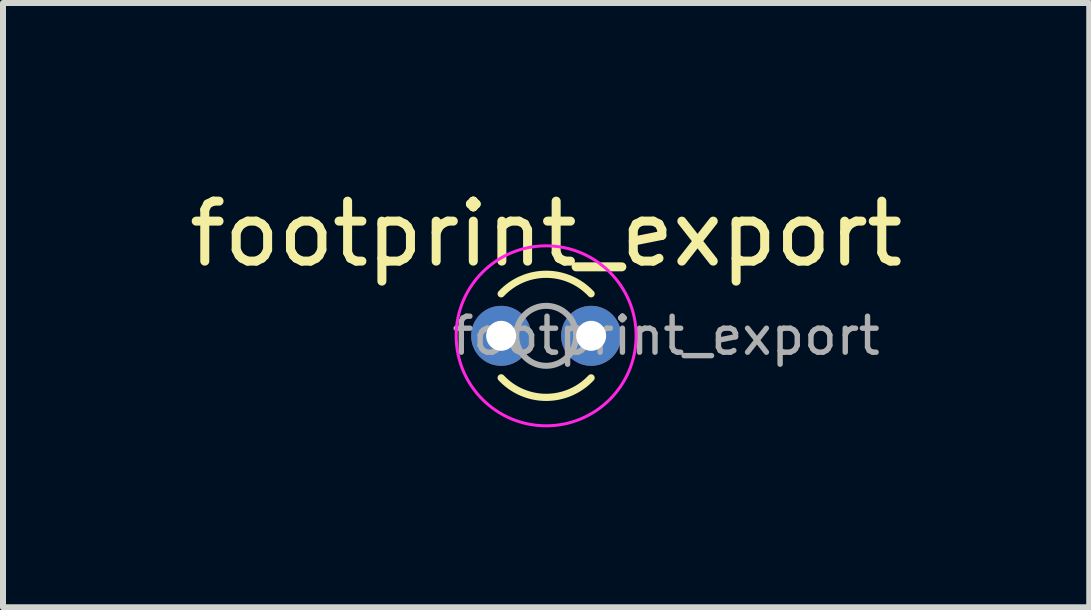
<source format=kicad_pcb>
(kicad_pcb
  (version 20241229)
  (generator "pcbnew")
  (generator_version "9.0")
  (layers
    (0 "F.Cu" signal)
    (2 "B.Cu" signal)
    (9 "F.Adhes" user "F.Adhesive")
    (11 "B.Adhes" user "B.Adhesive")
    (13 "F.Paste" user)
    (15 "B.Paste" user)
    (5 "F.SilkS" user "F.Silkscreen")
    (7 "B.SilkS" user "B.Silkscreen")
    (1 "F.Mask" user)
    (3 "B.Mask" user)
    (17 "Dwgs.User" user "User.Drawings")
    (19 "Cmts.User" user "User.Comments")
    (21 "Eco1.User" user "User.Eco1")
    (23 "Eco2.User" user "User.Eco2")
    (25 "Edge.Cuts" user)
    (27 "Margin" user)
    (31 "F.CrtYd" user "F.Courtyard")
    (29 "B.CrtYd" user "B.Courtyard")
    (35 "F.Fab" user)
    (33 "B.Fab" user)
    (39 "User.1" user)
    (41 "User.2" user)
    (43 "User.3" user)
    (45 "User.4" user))
  (footprint "footprint_export"
    (layer "F.Cu")
    (at 5.304 2.548)
    (property "Reference" "footprint_export" (at 0.75 -1.7 0) (layer "F.SilkS") (effects (font (size 1 1) (thickness 0.15))))
    (attr through_hole)
    (fp_arc (start 0 -0.7) (mid 0.749553 -1.025914) (end 1.49939 -0.700653) (stroke (width 0.12) (type solid)) (layer "F.SilkS"))
    (fp_arc (start 1.49939 0.700653) (mid 0.749553 1.025914) (end 0 0.7) (stroke (width 0.12) (type solid)) (layer "F.SilkS"))
    (fp_circle (center 0.75 0) (end 2.25 0) (stroke (width 0.05) (type solid)) (fill no) (layer "F.CrtYd"))
    (fp_circle (center 0.75 0) (end 1.25 0) (stroke (width 0.1) (type solid)) (fill no) (layer "F.Fab"))
    (fp_text user "${REFERENCE}" (at 2.75 0 0) (layer "F.Fab") (effects (font (size 0.6 0.6) (thickness 0.09))))
    (pad "1" thru_hole circle (at 0 0) (size 1 1) (drill 0.5) (layers "*.Cu" "*.Mask"))
    (pad "2" thru_hole circle (at 1.5 0) (size 1 1) (drill 0.5) (layers "*.Cu" "*.Mask")))
  (gr_rect
    (start -3 -3)
    (end 15.107 7.073)
    (stroke (width 0.1) (type default))
    (fill no)
    (layer "Edge.Cuts")))
</source>
